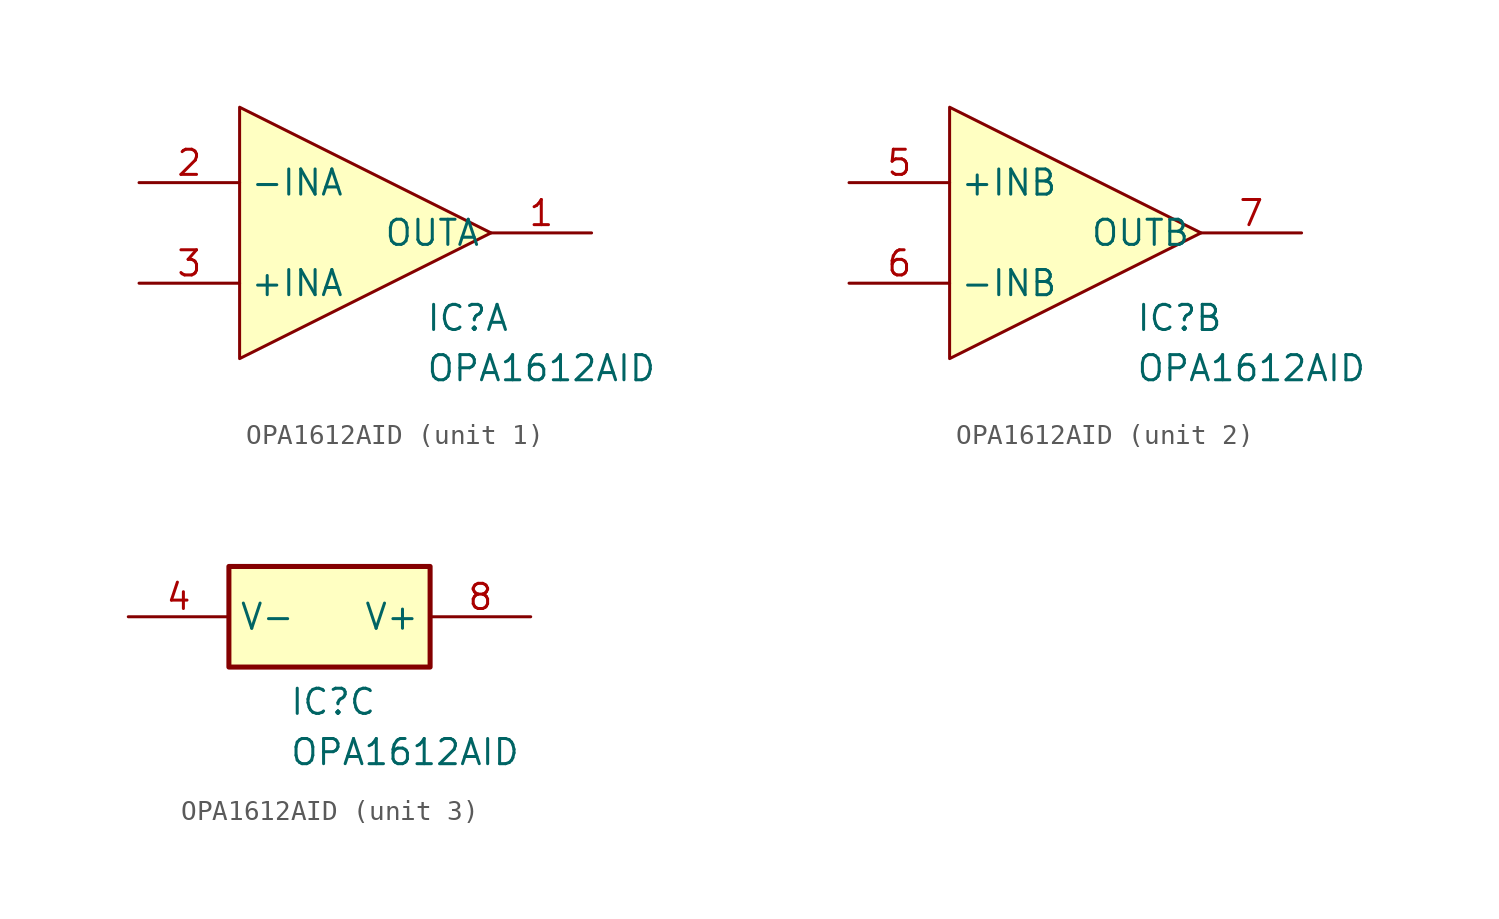
<source format=kicad_sym>
(kicad_symbol_lib
  (version 20241209)
  (generator "kicad_symbol_editor")
  (generator_version "9.0")
  (symbol "OPA1612AID"
    (property "Reference" "IC"
      (at 8.128 -3.556 0)
      (effects (font (size 1.27 1.27)) (justify left top)))
    (property "Value" "OPA1612AID"
      (at 8.128 -6.096 0)
      (effects (font (size 1.27 1.27)) (justify left top)))
    (property "ki_locked" ""
      (at 0 0 0)
      (effects (font (size 1.27 1.27))))
    (symbol "OPA1612AID_1_1"
      (polyline (pts (xy -1.27 6.35) (xy -1.27 -6.35) (xy 11.43 0) (xy -1.27 6.35)) (stroke (width 0) (type solid)) (fill (type background)))
      (pin passive line (at -6.35 2.54 0) (length 5.08) (name "-INA" (effects (font (size 1.27 1.27)))) (number "2" (effects (font (size 1.27 1.27)))))
      (pin passive line (at -6.35 -2.54 0) (length 5.08) (name "+INA" (effects (font (size 1.27 1.27)))) (number "3" (effects (font (size 1.27 1.27)))))
      (pin passive line (at 16.51 0 180) (length 5.08) (name "OUTA" (effects (font (size 1.27 1.27)))) (number "1" (effects (font (size 1.27 1.27))))))
    (symbol "OPA1612AID_2_1"
      (polyline (pts (xy -1.27 6.35) (xy -1.27 -6.35) (xy 11.43 0) (xy -1.27 6.35)) (stroke (width 0) (type solid)) (fill (type background)))
      (pin passive line (at -6.35 2.54 0) (length 5.08) (name "+INB" (effects (font (size 1.27 1.27)))) (number "5" (effects (font (size 1.27 1.27)))))
      (pin passive line (at -6.35 -2.54 0) (length 5.08) (name "-INB" (effects (font (size 1.27 1.27)))) (number "6" (effects (font (size 1.27 1.27)))))
      (pin passive line (at 16.51 0 180) (length 5.08) (name "OUTB" (effects (font (size 1.27 1.27)))) (number "7" (effects (font (size 1.27 1.27))))))
    (symbol "OPA1612AID_3_1"
      (rectangle (start 5.08 2.54) (end 15.24 -2.54) (stroke (width 0.254) (type default)) (fill (type background)))
      (pin passive line (at 0 0 0) (length 5.08) (name "V-" (effects (font (size 1.27 1.27)))) (number "4" (effects (font (size 1.27 1.27)))))
      (pin passive line (at 20.32 0 180) (length 5.08) (name "V+" (effects (font (size 1.27 1.27)))) (number "8" (effects (font (size 1.27 1.27))))))))
</source>
